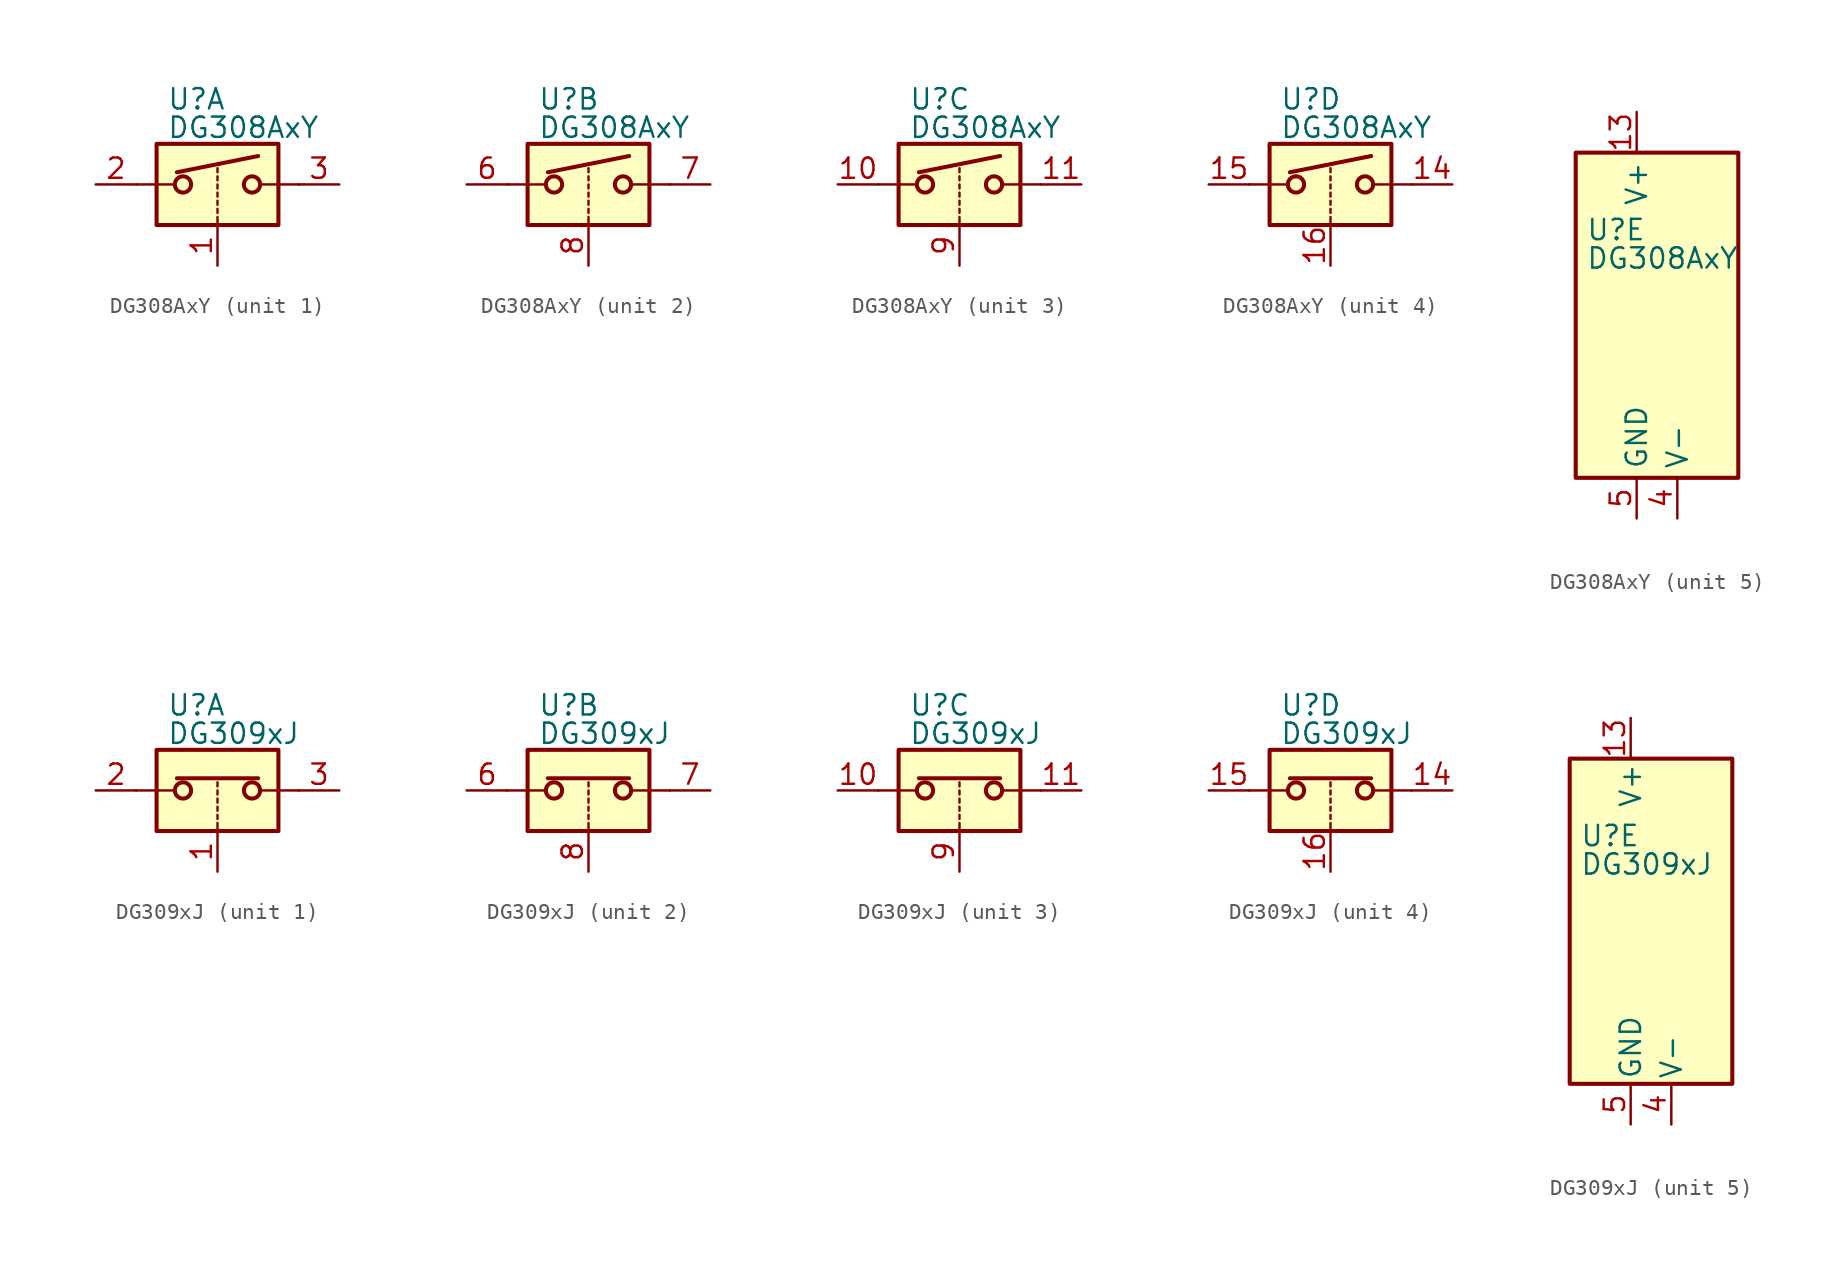
<source format=kicad_sym>
(kicad_symbol_lib
  (version 20211014)
  (generator kicad_symbol_editor)
  (symbol "DG308AxY"
    (property "Reference" "U"
      (at -3.175 5.334 0)
      (effects (font (size 1.27 1.27)) (justify left)))
    (property "Value" "DG308AxY"
      (at -3.175 3.556 0)
      (effects (font (size 1.27 1.27)) (justify left)))
    (symbol "DG308AxY_1_1"
      (rectangle (start -3.81 2.54) (end 3.81 -2.54) (stroke (width 0.254) (type default) (color 0 0 0 0)) (fill (type background)))
      (circle (center -2.159 0) (radius 0.508) (stroke (width 0.254) (type default) (color 0 0 0 0)) (fill (type none)))
      (polyline (pts (xy -5.08 0) (xy -2.794 0)) (stroke (width 0) (type default) (color 0 0 0 0)) (fill (type none)))
      (polyline (pts (xy -2.54 0.762) (xy 2.54 1.778)) (stroke (width 0.254) (type default) (color 0 0 0 0)) (fill (type none)))
      (polyline (pts (xy 0 -2.54) (xy 0 -2.032)) (stroke (width 0) (type default) (color 0 0 0 0)) (fill (type none)))
      (polyline (pts (xy 0 -1.778) (xy 0 -1.524)) (stroke (width 0) (type default) (color 0 0 0 0)) (fill (type none)))
      (polyline (pts (xy 0 -1.27) (xy 0 -1.016)) (stroke (width 0) (type default) (color 0 0 0 0)) (fill (type none)))
      (polyline (pts (xy 0 -0.762) (xy 0 -0.508)) (stroke (width 0) (type default) (color 0 0 0 0)) (fill (type none)))
      (polyline (pts (xy 0 -0.254) (xy 0 0)) (stroke (width 0) (type default) (color 0 0 0 0)) (fill (type none)))
      (polyline (pts (xy 0 0.254) (xy 0 0.508)) (stroke (width 0) (type default) (color 0 0 0 0)) (fill (type none)))
      (polyline (pts (xy 0 0.762) (xy 0 1.016)) (stroke (width 0) (type default) (color 0 0 0 0)) (fill (type none)))
      (polyline (pts (xy 5.08 0) (xy 2.794 0)) (stroke (width 0) (type default) (color 0 0 0 0)) (fill (type none)))
      (circle (center 2.159 0) (radius 0.508) (stroke (width 0.254) (type default) (color 0 0 0 0)) (fill (type none)))
      (pin input line (at 0 -5.08 90) (length 2.54) (name "~" (effects (font (size 1.27 1.27)))) (number "1" (effects (font (size 1.27 1.27)))))
      (pin passive line (at -7.62 0 0) (length 2.54) (name "~" (effects (font (size 1.27 1.27)))) (number "2" (effects (font (size 1.27 1.27)))))
      (pin passive line (at 7.62 0 180) (length 2.54) (name "~" (effects (font (size 1.27 1.27)))) (number "3" (effects (font (size 1.27 1.27))))))
    (symbol "DG308AxY_2_1"
      (rectangle (start -3.81 2.54) (end 3.81 -2.54) (stroke (width 0.254) (type default) (color 0 0 0 0)) (fill (type background)))
      (circle (center -2.159 0) (radius 0.508) (stroke (width 0.254) (type default) (color 0 0 0 0)) (fill (type none)))
      (polyline (pts (xy -5.08 0) (xy -2.794 0)) (stroke (width 0) (type default) (color 0 0 0 0)) (fill (type none)))
      (polyline (pts (xy -2.54 0.762) (xy 2.54 1.778)) (stroke (width 0.254) (type default) (color 0 0 0 0)) (fill (type none)))
      (polyline (pts (xy 0 -2.54) (xy 0 -2.032)) (stroke (width 0) (type default) (color 0 0 0 0)) (fill (type none)))
      (polyline (pts (xy 0 -1.778) (xy 0 -1.524)) (stroke (width 0) (type default) (color 0 0 0 0)) (fill (type none)))
      (polyline (pts (xy 0 -1.27) (xy 0 -1.016)) (stroke (width 0) (type default) (color 0 0 0 0)) (fill (type none)))
      (polyline (pts (xy 0 -0.762) (xy 0 -0.508)) (stroke (width 0) (type default) (color 0 0 0 0)) (fill (type none)))
      (polyline (pts (xy 0 -0.254) (xy 0 0)) (stroke (width 0) (type default) (color 0 0 0 0)) (fill (type none)))
      (polyline (pts (xy 0 0.254) (xy 0 0.508)) (stroke (width 0) (type default) (color 0 0 0 0)) (fill (type none)))
      (polyline (pts (xy 0 0.762) (xy 0 1.016)) (stroke (width 0) (type default) (color 0 0 0 0)) (fill (type none)))
      (polyline (pts (xy 5.08 0) (xy 2.794 0)) (stroke (width 0) (type default) (color 0 0 0 0)) (fill (type none)))
      (circle (center 2.159 0) (radius 0.508) (stroke (width 0.254) (type default) (color 0 0 0 0)) (fill (type none)))
      (pin passive line (at -7.62 0 0) (length 2.54) (name "~" (effects (font (size 1.27 1.27)))) (number "6" (effects (font (size 1.27 1.27)))))
      (pin passive line (at 7.62 0 180) (length 2.54) (name "~" (effects (font (size 1.27 1.27)))) (number "7" (effects (font (size 1.27 1.27)))))
      (pin input line (at 0 -5.08 90) (length 2.54) (name "~" (effects (font (size 1.27 1.27)))) (number "8" (effects (font (size 1.27 1.27))))))
    (symbol "DG308AxY_3_1"
      (rectangle (start -3.81 2.54) (end 3.81 -2.54) (stroke (width 0.254) (type default) (color 0 0 0 0)) (fill (type background)))
      (circle (center -2.159 0) (radius 0.508) (stroke (width 0.254) (type default) (color 0 0 0 0)) (fill (type none)))
      (polyline (pts (xy -5.08 0) (xy -2.794 0)) (stroke (width 0) (type default) (color 0 0 0 0)) (fill (type none)))
      (polyline (pts (xy -2.54 0.762) (xy 2.54 1.778)) (stroke (width 0.254) (type default) (color 0 0 0 0)) (fill (type none)))
      (polyline (pts (xy 0 -2.54) (xy 0 -2.032)) (stroke (width 0) (type default) (color 0 0 0 0)) (fill (type none)))
      (polyline (pts (xy 0 -1.778) (xy 0 -1.524)) (stroke (width 0) (type default) (color 0 0 0 0)) (fill (type none)))
      (polyline (pts (xy 0 -1.27) (xy 0 -1.016)) (stroke (width 0) (type default) (color 0 0 0 0)) (fill (type none)))
      (polyline (pts (xy 0 -0.762) (xy 0 -0.508)) (stroke (width 0) (type default) (color 0 0 0 0)) (fill (type none)))
      (polyline (pts (xy 0 -0.254) (xy 0 0)) (stroke (width 0) (type default) (color 0 0 0 0)) (fill (type none)))
      (polyline (pts (xy 0 0.254) (xy 0 0.508)) (stroke (width 0) (type default) (color 0 0 0 0)) (fill (type none)))
      (polyline (pts (xy 0 0.762) (xy 0 1.016)) (stroke (width 0) (type default) (color 0 0 0 0)) (fill (type none)))
      (polyline (pts (xy 5.08 0) (xy 2.794 0)) (stroke (width 0) (type default) (color 0 0 0 0)) (fill (type none)))
      (circle (center 2.159 0) (radius 0.508) (stroke (width 0.254) (type default) (color 0 0 0 0)) (fill (type none)))
      (pin passive line (at -7.62 0 0) (length 2.54) (name "~" (effects (font (size 1.27 1.27)))) (number "10" (effects (font (size 1.27 1.27)))))
      (pin passive line (at 7.62 0 180) (length 2.54) (name "~" (effects (font (size 1.27 1.27)))) (number "11" (effects (font (size 1.27 1.27)))))
      (pin input line (at 0 -5.08 90) (length 2.54) (name "~" (effects (font (size 1.27 1.27)))) (number "9" (effects (font (size 1.27 1.27))))))
    (symbol "DG308AxY_4_1"
      (rectangle (start -3.81 2.54) (end 3.81 -2.54) (stroke (width 0.254) (type default) (color 0 0 0 0)) (fill (type background)))
      (circle (center -2.159 0) (radius 0.508) (stroke (width 0.254) (type default) (color 0 0 0 0)) (fill (type none)))
      (polyline (pts (xy -5.08 0) (xy -2.794 0)) (stroke (width 0) (type default) (color 0 0 0 0)) (fill (type none)))
      (polyline (pts (xy -2.54 0.762) (xy 2.54 1.778)) (stroke (width 0.254) (type default) (color 0 0 0 0)) (fill (type none)))
      (polyline (pts (xy 0 -2.54) (xy 0 -2.032)) (stroke (width 0) (type default) (color 0 0 0 0)) (fill (type none)))
      (polyline (pts (xy 0 -1.778) (xy 0 -1.524)) (stroke (width 0) (type default) (color 0 0 0 0)) (fill (type none)))
      (polyline (pts (xy 0 -1.27) (xy 0 -1.016)) (stroke (width 0) (type default) (color 0 0 0 0)) (fill (type none)))
      (polyline (pts (xy 0 -0.762) (xy 0 -0.508)) (stroke (width 0) (type default) (color 0 0 0 0)) (fill (type none)))
      (polyline (pts (xy 0 -0.254) (xy 0 0)) (stroke (width 0) (type default) (color 0 0 0 0)) (fill (type none)))
      (polyline (pts (xy 0 0.254) (xy 0 0.508)) (stroke (width 0) (type default) (color 0 0 0 0)) (fill (type none)))
      (polyline (pts (xy 0 0.762) (xy 0 1.016)) (stroke (width 0) (type default) (color 0 0 0 0)) (fill (type none)))
      (polyline (pts (xy 5.08 0) (xy 2.794 0)) (stroke (width 0) (type default) (color 0 0 0 0)) (fill (type none)))
      (circle (center 2.159 0) (radius 0.508) (stroke (width 0.254) (type default) (color 0 0 0 0)) (fill (type none)))
      (pin passive line (at 7.62 0 180) (length 2.54) (name "~" (effects (font (size 1.27 1.27)))) (number "14" (effects (font (size 1.27 1.27)))))
      (pin passive line (at -7.62 0 0) (length 2.54) (name "~" (effects (font (size 1.27 1.27)))) (number "15" (effects (font (size 1.27 1.27)))))
      (pin input line (at 0 -5.08 90) (length 2.54) (name "~" (effects (font (size 1.27 1.27)))) (number "16" (effects (font (size 1.27 1.27))))))
    (symbol "DG308AxY_5_0"
      (pin no_connect line (at 2.54 10.16 270) (length 2.54) hide (name "NC" (effects (font (size 1.27 1.27)))) (number "12" (effects (font (size 1.27 1.27)))))
      (pin power_in line (at 0 12.7 270) (length 2.54) (name "V+" (effects (font (size 1.27 1.27)))) (number "13" (effects (font (size 1.27 1.27)))))
      (pin power_in line (at 2.54 -12.7 90) (length 2.54) (name "V-" (effects (font (size 1.27 1.27)))) (number "4" (effects (font (size 1.27 1.27)))))
      (pin power_in line (at 0 -12.7 90) (length 2.54) (name "GND" (effects (font (size 1.27 1.27)))) (number "5" (effects (font (size 1.27 1.27))))))
    (symbol "DG308AxY_5_1"
      (rectangle (start -3.81 10.16) (end 6.35 -10.16) (stroke (width 0.254) (type default) (color 0 0 0 0)) (fill (type background)))))
  (symbol "DG309xJ"
    (pin_names
      (offset 0.254))
    (property "Reference" "U"
      (at -3.175 5.334 0)
      (effects (font (size 1.27 1.27)) (justify left)))
    (property "Value" "DG309xJ"
      (at -3.175 3.556 0)
      (effects (font (size 1.27 1.27)) (justify left)))
    (symbol "DG309xJ_1_1"
      (rectangle (start -3.81 2.54) (end 3.81 -2.54) (stroke (width 0.254) (type default) (color 0 0 0 0)) (fill (type background)))
      (circle (center -2.159 0) (radius 0.508) (stroke (width 0.254) (type default) (color 0 0 0 0)) (fill (type none)))
      (polyline (pts (xy -5.08 0) (xy -2.794 0)) (stroke (width 0) (type default) (color 0 0 0 0)) (fill (type none)))
      (polyline (pts (xy -2.54 0.762) (xy 2.54 0.762)) (stroke (width 0.254) (type default) (color 0 0 0 0)) (fill (type none)))
      (polyline (pts (xy 0 -2.54) (xy 0 -2.032)) (stroke (width 0) (type default) (color 0 0 0 0)) (fill (type none)))
      (polyline (pts (xy 0 -1.778) (xy 0 -1.524)) (stroke (width 0) (type default) (color 0 0 0 0)) (fill (type none)))
      (polyline (pts (xy 0 -1.27) (xy 0 -1.016)) (stroke (width 0) (type default) (color 0 0 0 0)) (fill (type none)))
      (polyline (pts (xy 0 -0.762) (xy 0 -0.508)) (stroke (width 0) (type default) (color 0 0 0 0)) (fill (type none)))
      (polyline (pts (xy 0 -0.254) (xy 0 0)) (stroke (width 0) (type default) (color 0 0 0 0)) (fill (type none)))
      (polyline (pts (xy 0 0.254) (xy 0 0.508)) (stroke (width 0) (type default) (color 0 0 0 0)) (fill (type none)))
      (polyline (pts (xy 5.08 0) (xy 2.794 0)) (stroke (width 0) (type default) (color 0 0 0 0)) (fill (type none)))
      (circle (center 2.159 0) (radius 0.508) (stroke (width 0.254) (type default) (color 0 0 0 0)) (fill (type none)))
      (pin input line (at 0 -5.08 90) (length 2.54) (name "~" (effects (font (size 1.27 1.27)))) (number "1" (effects (font (size 1.27 1.27)))))
      (pin passive line (at -7.62 0 0) (length 2.54) (name "~" (effects (font (size 1.27 1.27)))) (number "2" (effects (font (size 1.27 1.27)))))
      (pin passive line (at 7.62 0 180) (length 2.54) (name "~" (effects (font (size 1.27 1.27)))) (number "3" (effects (font (size 1.27 1.27))))))
    (symbol "DG309xJ_2_1"
      (rectangle (start -3.81 2.54) (end 3.81 -2.54) (stroke (width 0.254) (type default) (color 0 0 0 0)) (fill (type background)))
      (circle (center -2.159 0) (radius 0.508) (stroke (width 0.254) (type default) (color 0 0 0 0)) (fill (type none)))
      (polyline (pts (xy -5.08 0) (xy -2.794 0)) (stroke (width 0) (type default) (color 0 0 0 0)) (fill (type none)))
      (polyline (pts (xy -2.54 0.762) (xy 2.54 0.762)) (stroke (width 0.254) (type default) (color 0 0 0 0)) (fill (type none)))
      (polyline (pts (xy 0 -2.54) (xy 0 -2.032)) (stroke (width 0) (type default) (color 0 0 0 0)) (fill (type none)))
      (polyline (pts (xy 0 -1.778) (xy 0 -1.524)) (stroke (width 0) (type default) (color 0 0 0 0)) (fill (type none)))
      (polyline (pts (xy 0 -1.27) (xy 0 -1.016)) (stroke (width 0) (type default) (color 0 0 0 0)) (fill (type none)))
      (polyline (pts (xy 0 -0.762) (xy 0 -0.508)) (stroke (width 0) (type default) (color 0 0 0 0)) (fill (type none)))
      (polyline (pts (xy 0 -0.254) (xy 0 0)) (stroke (width 0) (type default) (color 0 0 0 0)) (fill (type none)))
      (polyline (pts (xy 0 0.254) (xy 0 0.508)) (stroke (width 0) (type default) (color 0 0 0 0)) (fill (type none)))
      (polyline (pts (xy 5.08 0) (xy 2.794 0)) (stroke (width 0) (type default) (color 0 0 0 0)) (fill (type none)))
      (circle (center 2.159 0) (radius 0.508) (stroke (width 0.254) (type default) (color 0 0 0 0)) (fill (type none)))
      (pin passive line (at -7.62 0 0) (length 2.54) (name "~" (effects (font (size 1.27 1.27)))) (number "6" (effects (font (size 1.27 1.27)))))
      (pin passive line (at 7.62 0 180) (length 2.54) (name "~" (effects (font (size 1.27 1.27)))) (number "7" (effects (font (size 1.27 1.27)))))
      (pin input line (at 0 -5.08 90) (length 2.54) (name "~" (effects (font (size 1.27 1.27)))) (number "8" (effects (font (size 1.27 1.27))))))
    (symbol "DG309xJ_3_1"
      (rectangle (start -3.81 2.54) (end 3.81 -2.54) (stroke (width 0.254) (type default) (color 0 0 0 0)) (fill (type background)))
      (circle (center -2.159 0) (radius 0.508) (stroke (width 0.254) (type default) (color 0 0 0 0)) (fill (type none)))
      (polyline (pts (xy -5.08 0) (xy -2.794 0)) (stroke (width 0) (type default) (color 0 0 0 0)) (fill (type none)))
      (polyline (pts (xy -2.54 0.762) (xy 2.54 0.762)) (stroke (width 0.254) (type default) (color 0 0 0 0)) (fill (type none)))
      (polyline (pts (xy 0 -2.54) (xy 0 -2.032)) (stroke (width 0) (type default) (color 0 0 0 0)) (fill (type none)))
      (polyline (pts (xy 0 -1.778) (xy 0 -1.524)) (stroke (width 0) (type default) (color 0 0 0 0)) (fill (type none)))
      (polyline (pts (xy 0 -1.27) (xy 0 -1.016)) (stroke (width 0) (type default) (color 0 0 0 0)) (fill (type none)))
      (polyline (pts (xy 0 -0.762) (xy 0 -0.508)) (stroke (width 0) (type default) (color 0 0 0 0)) (fill (type none)))
      (polyline (pts (xy 0 -0.254) (xy 0 0)) (stroke (width 0) (type default) (color 0 0 0 0)) (fill (type none)))
      (polyline (pts (xy 0 0.254) (xy 0 0.508)) (stroke (width 0) (type default) (color 0 0 0 0)) (fill (type none)))
      (polyline (pts (xy 5.08 0) (xy 2.794 0)) (stroke (width 0) (type default) (color 0 0 0 0)) (fill (type none)))
      (circle (center 2.159 0) (radius 0.508) (stroke (width 0.254) (type default) (color 0 0 0 0)) (fill (type none)))
      (pin passive line (at -7.62 0 0) (length 2.54) (name "~" (effects (font (size 1.27 1.27)))) (number "10" (effects (font (size 1.27 1.27)))))
      (pin passive line (at 7.62 0 180) (length 2.54) (name "~" (effects (font (size 1.27 1.27)))) (number "11" (effects (font (size 1.27 1.27)))))
      (pin input line (at 0 -5.08 90) (length 2.54) (name "~" (effects (font (size 1.27 1.27)))) (number "9" (effects (font (size 1.27 1.27))))))
    (symbol "DG309xJ_4_1"
      (rectangle (start -3.81 2.54) (end 3.81 -2.54) (stroke (width 0.254) (type default) (color 0 0 0 0)) (fill (type background)))
      (circle (center -2.159 0) (radius 0.508) (stroke (width 0.254) (type default) (color 0 0 0 0)) (fill (type none)))
      (polyline (pts (xy -5.08 0) (xy -2.794 0)) (stroke (width 0) (type default) (color 0 0 0 0)) (fill (type none)))
      (polyline (pts (xy -2.54 0.762) (xy 2.54 0.762)) (stroke (width 0.254) (type default) (color 0 0 0 0)) (fill (type none)))
      (polyline (pts (xy 0 -2.54) (xy 0 -2.032)) (stroke (width 0) (type default) (color 0 0 0 0)) (fill (type none)))
      (polyline (pts (xy 0 -1.778) (xy 0 -1.524)) (stroke (width 0) (type default) (color 0 0 0 0)) (fill (type none)))
      (polyline (pts (xy 0 -1.27) (xy 0 -1.016)) (stroke (width 0) (type default) (color 0 0 0 0)) (fill (type none)))
      (polyline (pts (xy 0 -0.762) (xy 0 -0.508)) (stroke (width 0) (type default) (color 0 0 0 0)) (fill (type none)))
      (polyline (pts (xy 0 -0.254) (xy 0 0)) (stroke (width 0) (type default) (color 0 0 0 0)) (fill (type none)))
      (polyline (pts (xy 0 0.254) (xy 0 0.508)) (stroke (width 0) (type default) (color 0 0 0 0)) (fill (type none)))
      (polyline (pts (xy 5.08 0) (xy 2.794 0)) (stroke (width 0) (type default) (color 0 0 0 0)) (fill (type none)))
      (circle (center 2.159 0) (radius 0.508) (stroke (width 0.254) (type default) (color 0 0 0 0)) (fill (type none)))
      (pin passive line (at 7.62 0 180) (length 2.54) (name "~" (effects (font (size 1.27 1.27)))) (number "14" (effects (font (size 1.27 1.27)))))
      (pin passive line (at -7.62 0 0) (length 2.54) (name "~" (effects (font (size 1.27 1.27)))) (number "15" (effects (font (size 1.27 1.27)))))
      (pin input line (at 0 -5.08 90) (length 2.54) (name "~" (effects (font (size 1.27 1.27)))) (number "16" (effects (font (size 1.27 1.27))))))
    (symbol "DG309xJ_5_0"
      (pin no_connect line (at 2.54 10.16 270) (length 2.54) hide (name "NC" (effects (font (size 1.27 1.27)))) (number "12" (effects (font (size 1.27 1.27)))))
      (pin power_in line (at 0 12.7 270) (length 2.54) (name "V+" (effects (font (size 1.27 1.27)))) (number "13" (effects (font (size 1.27 1.27)))))
      (pin power_in line (at 2.54 -12.7 90) (length 2.54) (name "V-" (effects (font (size 1.27 1.27)))) (number "4" (effects (font (size 1.27 1.27)))))
      (pin power_in line (at 0 -12.7 90) (length 2.54) (name "GND" (effects (font (size 1.27 1.27)))) (number "5" (effects (font (size 1.27 1.27))))))
    (symbol "DG309xJ_5_1"
      (rectangle (start -3.81 10.16) (end 6.35 -10.16) (stroke (width 0.254) (type default) (color 0 0 0 0)) (fill (type background))))))
</source>
